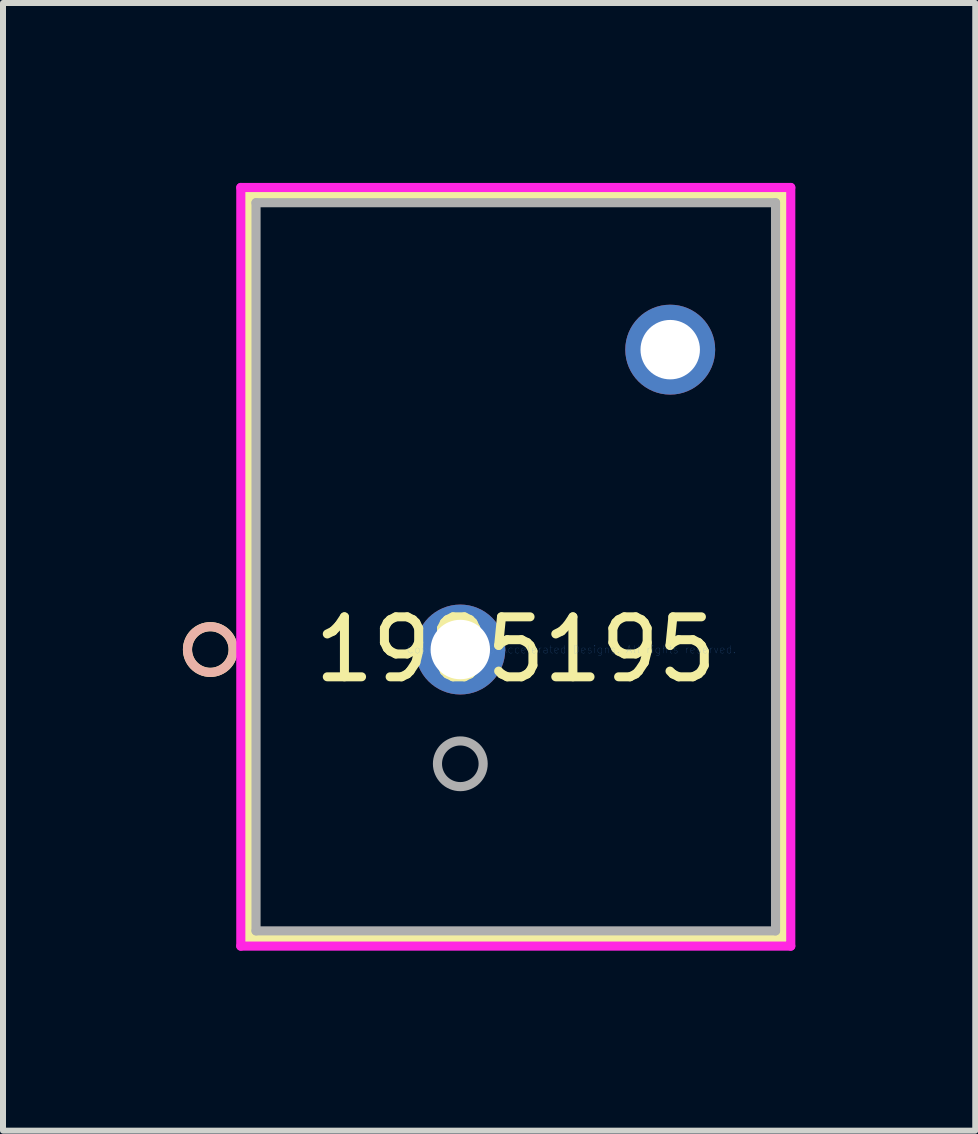
<source format=kicad_pcb>
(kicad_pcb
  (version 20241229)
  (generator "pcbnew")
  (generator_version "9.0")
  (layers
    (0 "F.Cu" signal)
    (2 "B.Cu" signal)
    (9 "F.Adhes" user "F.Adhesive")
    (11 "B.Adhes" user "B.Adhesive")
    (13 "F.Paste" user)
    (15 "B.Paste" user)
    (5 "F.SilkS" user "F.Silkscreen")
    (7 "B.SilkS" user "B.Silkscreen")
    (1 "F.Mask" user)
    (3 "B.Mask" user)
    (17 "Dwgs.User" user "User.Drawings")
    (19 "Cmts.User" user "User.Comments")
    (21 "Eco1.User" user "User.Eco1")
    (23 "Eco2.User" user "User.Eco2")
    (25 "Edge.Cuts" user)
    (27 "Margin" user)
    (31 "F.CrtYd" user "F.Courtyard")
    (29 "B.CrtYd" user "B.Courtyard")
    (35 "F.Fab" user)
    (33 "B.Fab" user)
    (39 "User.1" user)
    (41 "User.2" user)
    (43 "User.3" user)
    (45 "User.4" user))
  (footprint "1985195"
    (layer "F.Cu")
    (at 6.475 7.78)
    (property "Reference" "1985195" (at -0.925 0 0) (layer "F.SilkS") (effects (font (size 1 1) (thickness 0.15))))
    (attr through_hole)
    (fp_line (start -5.383 -7.577) (end -5.383 4.818) (stroke (width 0.152) (type solid)) (layer "F.SilkS"))
    (fp_line (start -5.383 4.818) (end 3.533 4.818) (stroke (width 0.152) (type solid)) (layer "F.SilkS"))
    (fp_line (start 3.533 -7.577) (end -5.383 -7.577) (stroke (width 0.152) (type solid)) (layer "F.SilkS"))
    (fp_line (start 3.533 4.818) (end 3.533 -7.577) (stroke (width 0.152) (type solid)) (layer "F.SilkS"))
    (fp_circle (center -6.018 0) (end -5.637 0) (stroke (width 0.152) (type solid)) (fill no) (layer "F.SilkS"))
    (fp_circle (center -6.018 0) (end -5.637 0) (stroke (width 0.152) (type solid)) (fill no) (layer "B.SilkS"))
    (fp_line (start -5.51 -7.704) (end -5.51 4.945) (stroke (width 0.152) (type solid)) (layer "F.CrtYd"))
    (fp_line (start -5.51 4.945) (end 3.66 4.945) (stroke (width 0.152) (type solid)) (layer "F.CrtYd"))
    (fp_line (start 3.66 -7.704) (end -5.51 -7.704) (stroke (width 0.152) (type solid)) (layer "F.CrtYd"))
    (fp_line (start 3.66 4.945) (end 3.66 -7.704) (stroke (width 0.152) (type solid)) (layer "F.CrtYd"))
    (fp_line (start -5.256 -7.45) (end -5.256 4.691) (stroke (width 0.152) (type solid)) (layer "F.Fab"))
    (fp_line (start -5.256 4.691) (end 3.406 4.691) (stroke (width 0.152) (type solid)) (layer "F.Fab"))
    (fp_line (start 3.406 -7.45) (end -5.256 -7.45) (stroke (width 0.152) (type solid)) (layer "F.Fab"))
    (fp_line (start 3.406 4.691) (end 3.406 -7.45) (stroke (width 0.152) (type solid)) (layer "F.Fab"))
    (fp_circle (center -1.85 1.905) (end -1.469 1.905) (stroke (width 0.152) (type solid)) (fill no) (layer "F.Fab"))
    (fp_text user "Copyright 2016 Accelerated Designs. All rights reserved." (at 0 0 0) (layer "Cmts.User") (effects (font (size 0.127 0.127) (thickness 0.002))))
    (pad "1" thru_hole circle (at -1.85 0) (size 1.499 1.499) (drill 0.991) (layers "*.Cu" "*.Mask"))
    (pad "2" thru_hole circle (at 1.65 -5) (size 1.499 1.499) (drill 0.991) (layers "*.Cu" "*.Mask")))
  (gr_rect
    (start -3 -3)
    (end 13.211 15.802)
    (stroke (width 0.1) (type default))
    (fill no)
    (layer "Edge.Cuts")))
</source>
